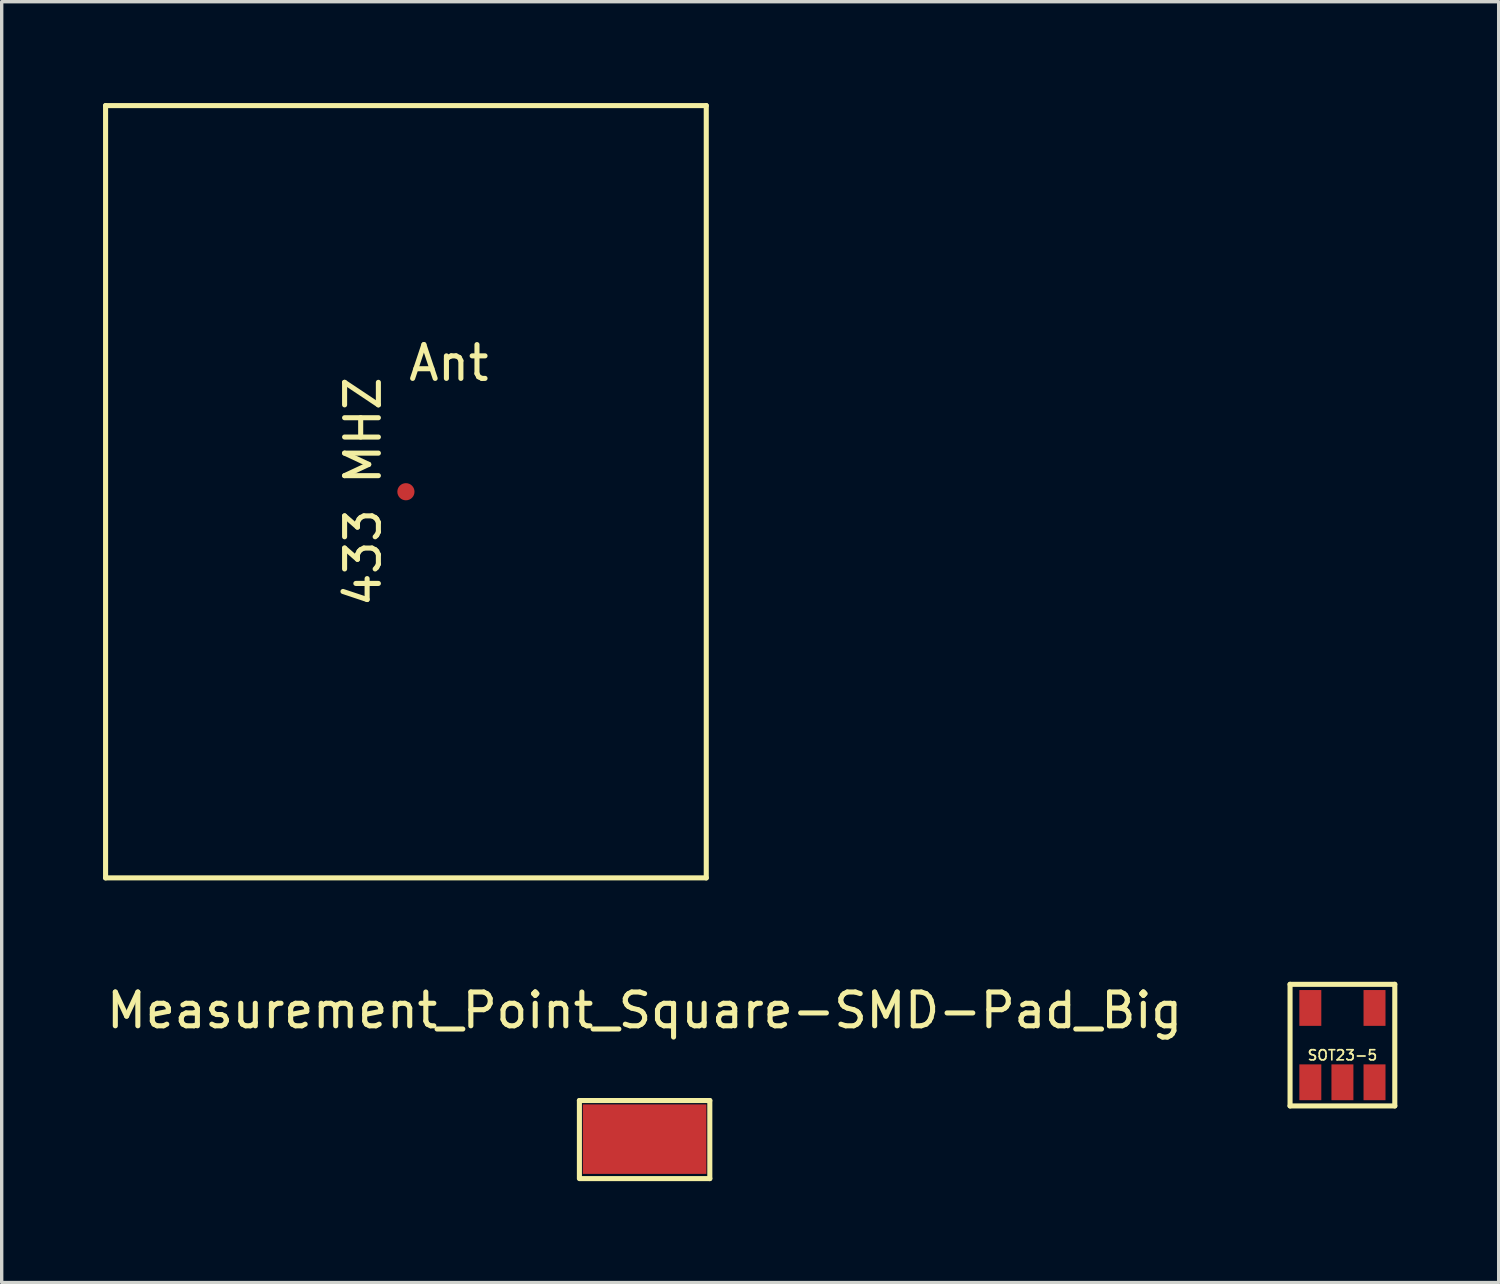
<source format=kicad_pcb>
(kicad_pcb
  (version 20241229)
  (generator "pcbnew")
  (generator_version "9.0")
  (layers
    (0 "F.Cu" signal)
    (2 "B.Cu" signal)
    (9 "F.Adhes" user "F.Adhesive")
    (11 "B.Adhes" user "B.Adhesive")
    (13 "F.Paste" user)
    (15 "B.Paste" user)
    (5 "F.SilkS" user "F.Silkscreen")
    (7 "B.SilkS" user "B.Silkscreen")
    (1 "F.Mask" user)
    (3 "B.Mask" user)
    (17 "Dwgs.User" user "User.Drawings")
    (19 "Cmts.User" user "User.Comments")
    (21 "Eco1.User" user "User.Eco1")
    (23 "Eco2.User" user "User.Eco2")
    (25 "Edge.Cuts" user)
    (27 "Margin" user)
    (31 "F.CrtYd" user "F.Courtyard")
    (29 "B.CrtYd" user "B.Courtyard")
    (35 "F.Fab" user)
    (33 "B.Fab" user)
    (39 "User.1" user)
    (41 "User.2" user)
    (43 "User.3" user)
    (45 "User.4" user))
  (footprint "Measurement_Point_Square-SMD-Pad_Big"
    (layer "F.Cu")
    (at 16.03 30.668)
    (property "Reference" "Measurement_Point_Square-SMD-Pad_Big" (at 0 -3.81 0) (layer "F.SilkS") (effects (font (size 1 1) (thickness 0.15))))
    (attr through_hole)
    (fp_line (start -1.93 -1.143) (end 1.93 -1.143) (stroke (width 0.15) (type solid)) (layer "F.SilkS"))
    (fp_line (start -1.93 1.143) (end -1.93 -1.143) (stroke (width 0.15) (type solid)) (layer "F.SilkS"))
    (fp_line (start 1.93 -1.143) (end 1.93 1.168) (stroke (width 0.15) (type solid)) (layer "F.SilkS"))
    (fp_line (start 1.93 1.168) (end -1.93 1.168) (stroke (width 0.15) (type solid)) (layer "F.SilkS"))
    (pad "1" smd rect (at 0 0) (size 3.658 2.057) (layers "F.Cu" "F.Mask" "F.Paste")))
  (footprint "SOT23-5"
    (layer "F.Cu")
    (at 36.685 27.885)
    (property "Reference" "SOT23-5" (at 0 0.3 0) (layer "F.SilkS") (effects (font (size 0.3 0.3) (thickness 0.05))))
    (attr through_hole)
    (fp_line (start -1.55 -1.8) (end 1.55 -1.8) (stroke (width 0.15) (type solid)) (layer "F.SilkS"))
    (fp_line (start -1.55 1.8) (end -1.55 -1.8) (stroke (width 0.15) (type solid)) (layer "F.SilkS"))
    (fp_line (start 1.55 -1.8) (end 1.55 1.8) (stroke (width 0.15) (type solid)) (layer "F.SilkS"))
    (fp_line (start 1.55 1.8) (end -1.55 1.8) (stroke (width 0.15) (type solid)) (layer "F.SilkS"))
    (pad "1" smd rect (at -0.95 1.1) (size 0.65 1.06) (layers "F.Cu" "F.Mask" "F.Paste"))
    (pad "2" smd rect (at 0 1.1) (size 0.65 1.06) (layers "F.Cu" "F.Mask" "F.Paste"))
    (pad "3" smd rect (at 0.95 1.1) (size 0.65 1.06) (layers "F.Cu" "F.Mask" "F.Paste"))
    (pad "4" smd rect (at 0.95 -1.1) (size 0.65 1.06) (layers "F.Cu" "F.Mask" "F.Paste"))
    (pad "5" smd rect (at -0.95 -1.1) (size 0.65 1.06) (layers "F.Cu" "F.Mask" "F.Paste")))
  (footprint "Ant"
    (layer "F.Cu")
    (at 8.965 11.505)
    (property "Reference" "Ant" (at 1.27 -3.81 0) (layer "F.SilkS") (effects (font (size 1 1) (thickness 0.15))))
    (attr through_hole)
    (fp_line (start -8.89 -11.43) (end 8.89 -11.43) (stroke (width 0.15) (type solid)) (layer "F.SilkS"))
    (fp_line (start -8.89 11.43) (end -8.89 -11.43) (stroke (width 0.15) (type solid)) (layer "F.SilkS"))
    (fp_line (start 8.89 -11.43) (end 8.89 11.43) (stroke (width 0.15) (type solid)) (layer "F.SilkS"))
    (fp_line (start 8.89 11.43) (end -8.89 11.43) (stroke (width 0.15) (type solid)) (layer "F.SilkS"))
    (fp_text user "433 MHZ" (at -1.27 0 90) (layer "F.SilkS") (effects (font (size 1 1) (thickness 0.15))))
    (pad "1" smd circle (at 0 0) (size 0.508 0.508) (layers "F.Cu" "F.Mask" "F.Paste")))
  (gr_rect
    (start -3 -3)
    (end 41.31 34.912)
    (stroke (width 0.1) (type default))
    (fill no)
    (layer "Edge.Cuts")))
</source>
